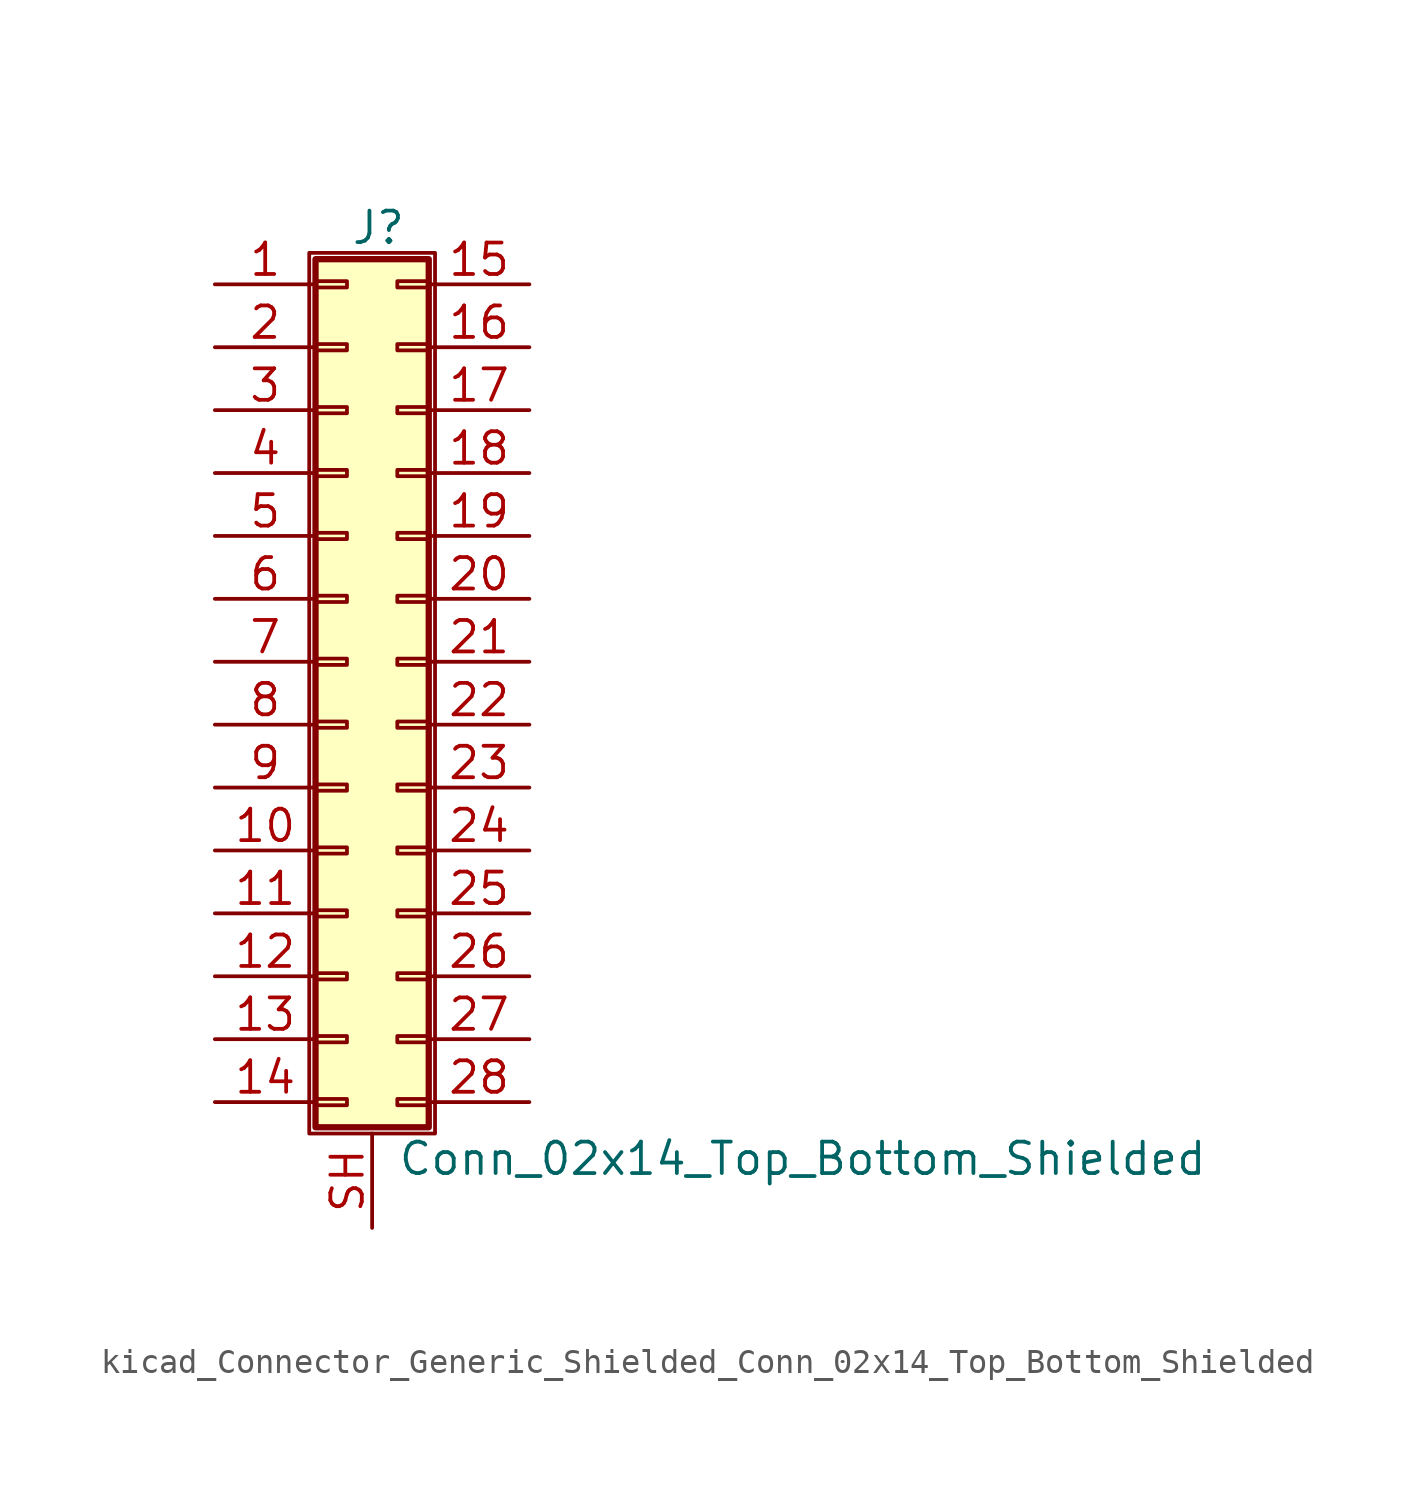
<source format=kicad_sym>
(kicad_symbol_lib
  (version 20220914)
  (generator kicad_symbol_editor)
  (symbol "kicad_Connector_Generic_Shielded_Conn_02x14_Top_Bottom_Shielded"
    (pin_names
      (offset 1.016) hide)
    (property "Reference" "J"
      (at 1.524 17.526 0)
      (effects (font (size 1.27 1.27))))
    (property "Value" "Conn_02x14_Top_Bottom_Shielded"
      (at 2.286 -20.066 0)
      (effects (font (size 1.27 1.27)) (justify left)))
    (symbol "kicad_Connector_Generic_Shielded_Conn_02x14_Top_Bottom_Shielded_1_1"
      (rectangle (start -1.27 16.51) (end 3.81 -19.05) (stroke (width 0.152) (type default)) (fill (type none)))
      (rectangle (start -1.016 -17.653) (end 0.254 -17.907) (stroke (width 0.152) (type default)) (fill (type none)))
      (rectangle (start -1.016 -15.113) (end 0.254 -15.367) (stroke (width 0.152) (type default)) (fill (type none)))
      (rectangle (start -1.016 -12.573) (end 0.254 -12.827) (stroke (width 0.152) (type default)) (fill (type none)))
      (rectangle (start -1.016 -10.033) (end 0.254 -10.287) (stroke (width 0.152) (type default)) (fill (type none)))
      (rectangle (start -1.016 -7.493) (end 0.254 -7.747) (stroke (width 0.152) (type default)) (fill (type none)))
      (rectangle (start -1.016 -4.953) (end 0.254 -5.207) (stroke (width 0.152) (type default)) (fill (type none)))
      (rectangle (start -1.016 -2.413) (end 0.254 -2.667) (stroke (width 0.152) (type default)) (fill (type none)))
      (rectangle (start -1.016 0.127) (end 0.254 -0.127) (stroke (width 0.152) (type default)) (fill (type none)))
      (rectangle (start -1.016 2.667) (end 0.254 2.413) (stroke (width 0.152) (type default)) (fill (type none)))
      (rectangle (start -1.016 5.207) (end 0.254 4.953) (stroke (width 0.152) (type default)) (fill (type none)))
      (rectangle (start -1.016 7.747) (end 0.254 7.493) (stroke (width 0.152) (type default)) (fill (type none)))
      (rectangle (start -1.016 10.287) (end 0.254 10.033) (stroke (width 0.152) (type default)) (fill (type none)))
      (rectangle (start -1.016 12.827) (end 0.254 12.573) (stroke (width 0.152) (type default)) (fill (type none)))
      (rectangle (start -1.016 15.367) (end 0.254 15.113) (stroke (width 0.152) (type default)) (fill (type none)))
      (rectangle (start -1.016 16.256) (end 3.556 -18.796) (stroke (width 0.254) (type default)) (fill (type background)))
      (rectangle (start 3.556 -17.653) (end 2.286 -17.907) (stroke (width 0.152) (type default)) (fill (type none)))
      (rectangle (start 3.556 -15.113) (end 2.286 -15.367) (stroke (width 0.152) (type default)) (fill (type none)))
      (rectangle (start 3.556 -12.573) (end 2.286 -12.827) (stroke (width 0.152) (type default)) (fill (type none)))
      (rectangle (start 3.556 -10.033) (end 2.286 -10.287) (stroke (width 0.152) (type default)) (fill (type none)))
      (rectangle (start 3.556 -7.493) (end 2.286 -7.747) (stroke (width 0.152) (type default)) (fill (type none)))
      (rectangle (start 3.556 -4.953) (end 2.286 -5.207) (stroke (width 0.152) (type default)) (fill (type none)))
      (rectangle (start 3.556 -2.413) (end 2.286 -2.667) (stroke (width 0.152) (type default)) (fill (type none)))
      (rectangle (start 3.556 0.127) (end 2.286 -0.127) (stroke (width 0.152) (type default)) (fill (type none)))
      (rectangle (start 3.556 2.667) (end 2.286 2.413) (stroke (width 0.152) (type default)) (fill (type none)))
      (rectangle (start 3.556 5.207) (end 2.286 4.953) (stroke (width 0.152) (type default)) (fill (type none)))
      (rectangle (start 3.556 7.747) (end 2.286 7.493) (stroke (width 0.152) (type default)) (fill (type none)))
      (rectangle (start 3.556 10.287) (end 2.286 10.033) (stroke (width 0.152) (type default)) (fill (type none)))
      (rectangle (start 3.556 12.827) (end 2.286 12.573) (stroke (width 0.152) (type default)) (fill (type none)))
      (rectangle (start 3.556 15.367) (end 2.286 15.113) (stroke (width 0.152) (type default)) (fill (type none)))
      (pin passive line (at -5.08 15.24 0) (length 4.064) (name "Pin_1" (effects (font (size 1.27 1.27)))) (number "1" (effects (font (size 1.27 1.27)))))
      (pin passive line (at -5.08 -7.62 0) (length 4.064) (name "Pin_10" (effects (font (size 1.27 1.27)))) (number "10" (effects (font (size 1.27 1.27)))))
      (pin passive line (at -5.08 -10.16 0) (length 4.064) (name "Pin_11" (effects (font (size 1.27 1.27)))) (number "11" (effects (font (size 1.27 1.27)))))
      (pin passive line (at -5.08 -12.7 0) (length 4.064) (name "Pin_12" (effects (font (size 1.27 1.27)))) (number "12" (effects (font (size 1.27 1.27)))))
      (pin passive line (at -5.08 -15.24 0) (length 4.064) (name "Pin_13" (effects (font (size 1.27 1.27)))) (number "13" (effects (font (size 1.27 1.27)))))
      (pin passive line (at -5.08 -17.78 0) (length 4.064) (name "Pin_14" (effects (font (size 1.27 1.27)))) (number "14" (effects (font (size 1.27 1.27)))))
      (pin passive line (at 7.62 15.24 180) (length 4.064) (name "Pin_15" (effects (font (size 1.27 1.27)))) (number "15" (effects (font (size 1.27 1.27)))))
      (pin passive line (at 7.62 12.7 180) (length 4.064) (name "Pin_16" (effects (font (size 1.27 1.27)))) (number "16" (effects (font (size 1.27 1.27)))))
      (pin passive line (at 7.62 10.16 180) (length 4.064) (name "Pin_17" (effects (font (size 1.27 1.27)))) (number "17" (effects (font (size 1.27 1.27)))))
      (pin passive line (at 7.62 7.62 180) (length 4.064) (name "Pin_18" (effects (font (size 1.27 1.27)))) (number "18" (effects (font (size 1.27 1.27)))))
      (pin passive line (at 7.62 5.08 180) (length 4.064) (name "Pin_19" (effects (font (size 1.27 1.27)))) (number "19" (effects (font (size 1.27 1.27)))))
      (pin passive line (at -5.08 12.7 0) (length 4.064) (name "Pin_2" (effects (font (size 1.27 1.27)))) (number "2" (effects (font (size 1.27 1.27)))))
      (pin passive line (at 7.62 2.54 180) (length 4.064) (name "Pin_20" (effects (font (size 1.27 1.27)))) (number "20" (effects (font (size 1.27 1.27)))))
      (pin passive line (at 7.62 0 180) (length 4.064) (name "Pin_21" (effects (font (size 1.27 1.27)))) (number "21" (effects (font (size 1.27 1.27)))))
      (pin passive line (at 7.62 -2.54 180) (length 4.064) (name "Pin_22" (effects (font (size 1.27 1.27)))) (number "22" (effects (font (size 1.27 1.27)))))
      (pin passive line (at 7.62 -5.08 180) (length 4.064) (name "Pin_23" (effects (font (size 1.27 1.27)))) (number "23" (effects (font (size 1.27 1.27)))))
      (pin passive line (at 7.62 -7.62 180) (length 4.064) (name "Pin_24" (effects (font (size 1.27 1.27)))) (number "24" (effects (font (size 1.27 1.27)))))
      (pin passive line (at 7.62 -10.16 180) (length 4.064) (name "Pin_25" (effects (font (size 1.27 1.27)))) (number "25" (effects (font (size 1.27 1.27)))))
      (pin passive line (at 7.62 -12.7 180) (length 4.064) (name "Pin_26" (effects (font (size 1.27 1.27)))) (number "26" (effects (font (size 1.27 1.27)))))
      (pin passive line (at 7.62 -15.24 180) (length 4.064) (name "Pin_27" (effects (font (size 1.27 1.27)))) (number "27" (effects (font (size 1.27 1.27)))))
      (pin passive line (at 7.62 -17.78 180) (length 4.064) (name "Pin_28" (effects (font (size 1.27 1.27)))) (number "28" (effects (font (size 1.27 1.27)))))
      (pin passive line (at -5.08 10.16 0) (length 4.064) (name "Pin_3" (effects (font (size 1.27 1.27)))) (number "3" (effects (font (size 1.27 1.27)))))
      (pin passive line (at -5.08 7.62 0) (length 4.064) (name "Pin_4" (effects (font (size 1.27 1.27)))) (number "4" (effects (font (size 1.27 1.27)))))
      (pin passive line (at -5.08 5.08 0) (length 4.064) (name "Pin_5" (effects (font (size 1.27 1.27)))) (number "5" (effects (font (size 1.27 1.27)))))
      (pin passive line (at -5.08 2.54 0) (length 4.064) (name "Pin_6" (effects (font (size 1.27 1.27)))) (number "6" (effects (font (size 1.27 1.27)))))
      (pin passive line (at -5.08 0 0) (length 4.064) (name "Pin_7" (effects (font (size 1.27 1.27)))) (number "7" (effects (font (size 1.27 1.27)))))
      (pin passive line (at -5.08 -2.54 0) (length 4.064) (name "Pin_8" (effects (font (size 1.27 1.27)))) (number "8" (effects (font (size 1.27 1.27)))))
      (pin passive line (at -5.08 -5.08 0) (length 4.064) (name "Pin_9" (effects (font (size 1.27 1.27)))) (number "9" (effects (font (size 1.27 1.27)))))
      (pin passive line (at 1.27 -22.86 90) (length 3.81) (name "Shield" (effects (font (size 1.27 1.27)))) (number "SH" (effects (font (size 1.27 1.27))))))))
</source>
